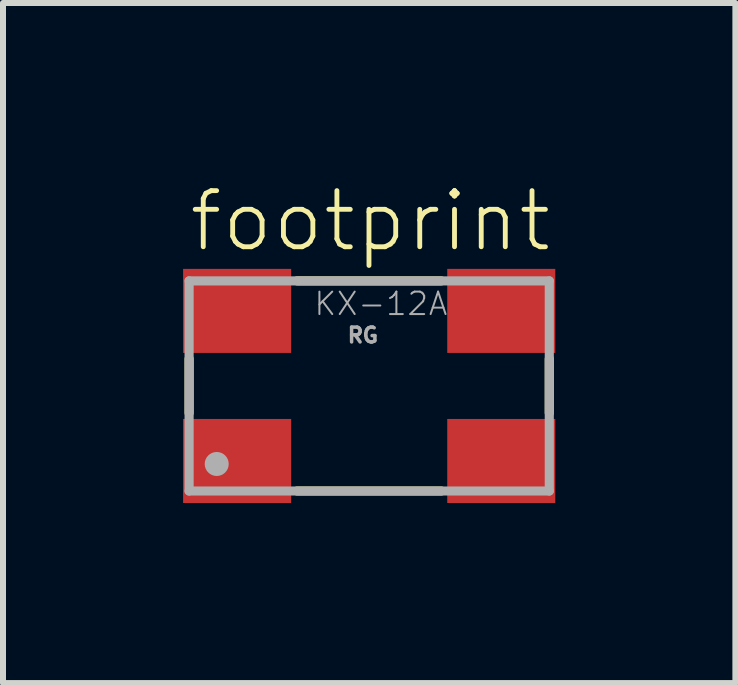
<source format=kicad_pcb>
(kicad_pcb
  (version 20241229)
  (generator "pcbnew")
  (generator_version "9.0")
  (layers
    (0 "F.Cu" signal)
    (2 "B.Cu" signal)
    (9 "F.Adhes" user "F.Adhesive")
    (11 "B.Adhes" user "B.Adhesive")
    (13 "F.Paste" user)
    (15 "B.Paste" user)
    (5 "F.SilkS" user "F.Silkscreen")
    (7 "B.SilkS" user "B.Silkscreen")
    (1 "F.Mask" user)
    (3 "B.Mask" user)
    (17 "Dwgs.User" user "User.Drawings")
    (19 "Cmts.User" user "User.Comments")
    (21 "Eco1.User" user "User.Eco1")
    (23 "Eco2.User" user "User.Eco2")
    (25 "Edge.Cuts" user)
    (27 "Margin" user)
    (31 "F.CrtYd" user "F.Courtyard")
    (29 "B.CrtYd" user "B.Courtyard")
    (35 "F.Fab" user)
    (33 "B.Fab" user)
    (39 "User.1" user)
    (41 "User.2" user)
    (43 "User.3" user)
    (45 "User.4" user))
  (footprint "footprint"
    (layer "F.Cu")
    (at 3.1 3.379)
    (property "Reference" "footprint" (at -3.04 -2.2 0) (layer "F.SilkS") (effects (font (size 0.935 0.935) (thickness 0.081)) (justify left bottom)))
    (fp_line (start -3 -0.45) (end -3 0.45) (stroke (width 0.152) (type solid)) (layer "F.SilkS"))
    (fp_line (start -1.2 -1.75) (end 1.2 -1.75) (stroke (width 0.152) (type solid)) (layer "F.SilkS"))
    (fp_line (start -1.2 1.75) (end 1.2 1.75) (stroke (width 0.152) (type solid)) (layer "F.SilkS"))
    (fp_line (start 3 -0.45) (end 3 0.45) (stroke (width 0.152) (type solid)) (layer "F.SilkS"))
    (fp_line (start -3 -1.75) (end -3 1.75) (stroke (width 0.152) (type solid)) (layer "F.Fab"))
    (fp_line (start -3 1.75) (end 3 1.75) (stroke (width 0.152) (type solid)) (layer "F.Fab"))
    (fp_line (start 3 -1.75) (end -3 -1.75) (stroke (width 0.152) (type solid)) (layer "F.Fab"))
    (fp_line (start 3 1.75) (end 3 -1.75) (stroke (width 0.152) (type solid)) (layer "F.Fab"))
    (fp_circle (center -2.54 1.3) (end -2.44 1.3) (stroke (width 0.2) (type solid)) (fill no) (layer "F.Fab"))
    (fp_text user "KX-12A" (at -0.94 -1.15 0) (layer "F.Fab") (effects (font (size 0.374 0.374) (thickness 0.033)) (justify left bottom)))
    (fp_text user "RG" (at -0.39 -0.7 0) (layer "F.Fab") (effects (font (size 0.247 0.247) (thickness 0.058)) (justify left bottom)))
    (pad "1" smd rect (at -2.2 1.25) (size 1.8 1.4) (layers "F.Cu" "F.Mask" "F.Paste"))
    (pad "2" smd rect (at 2.2 1.25) (size 1.8 1.4) (layers "F.Cu" "F.Mask" "F.Paste"))
    (pad "3" smd rect (at 2.2 -1.25) (size 1.8 1.4) (layers "F.Cu" "F.Mask" "F.Paste"))
    (pad "4" smd rect (at -2.2 -1.25) (size 1.8 1.4) (layers "F.Cu" "F.Mask" "F.Paste")))
  (gr_rect
    (start -3 -3)
    (end 9.2 8.329)
    (stroke (width 0.1) (type default))
    (fill no)
    (layer "Edge.Cuts")))
</source>
